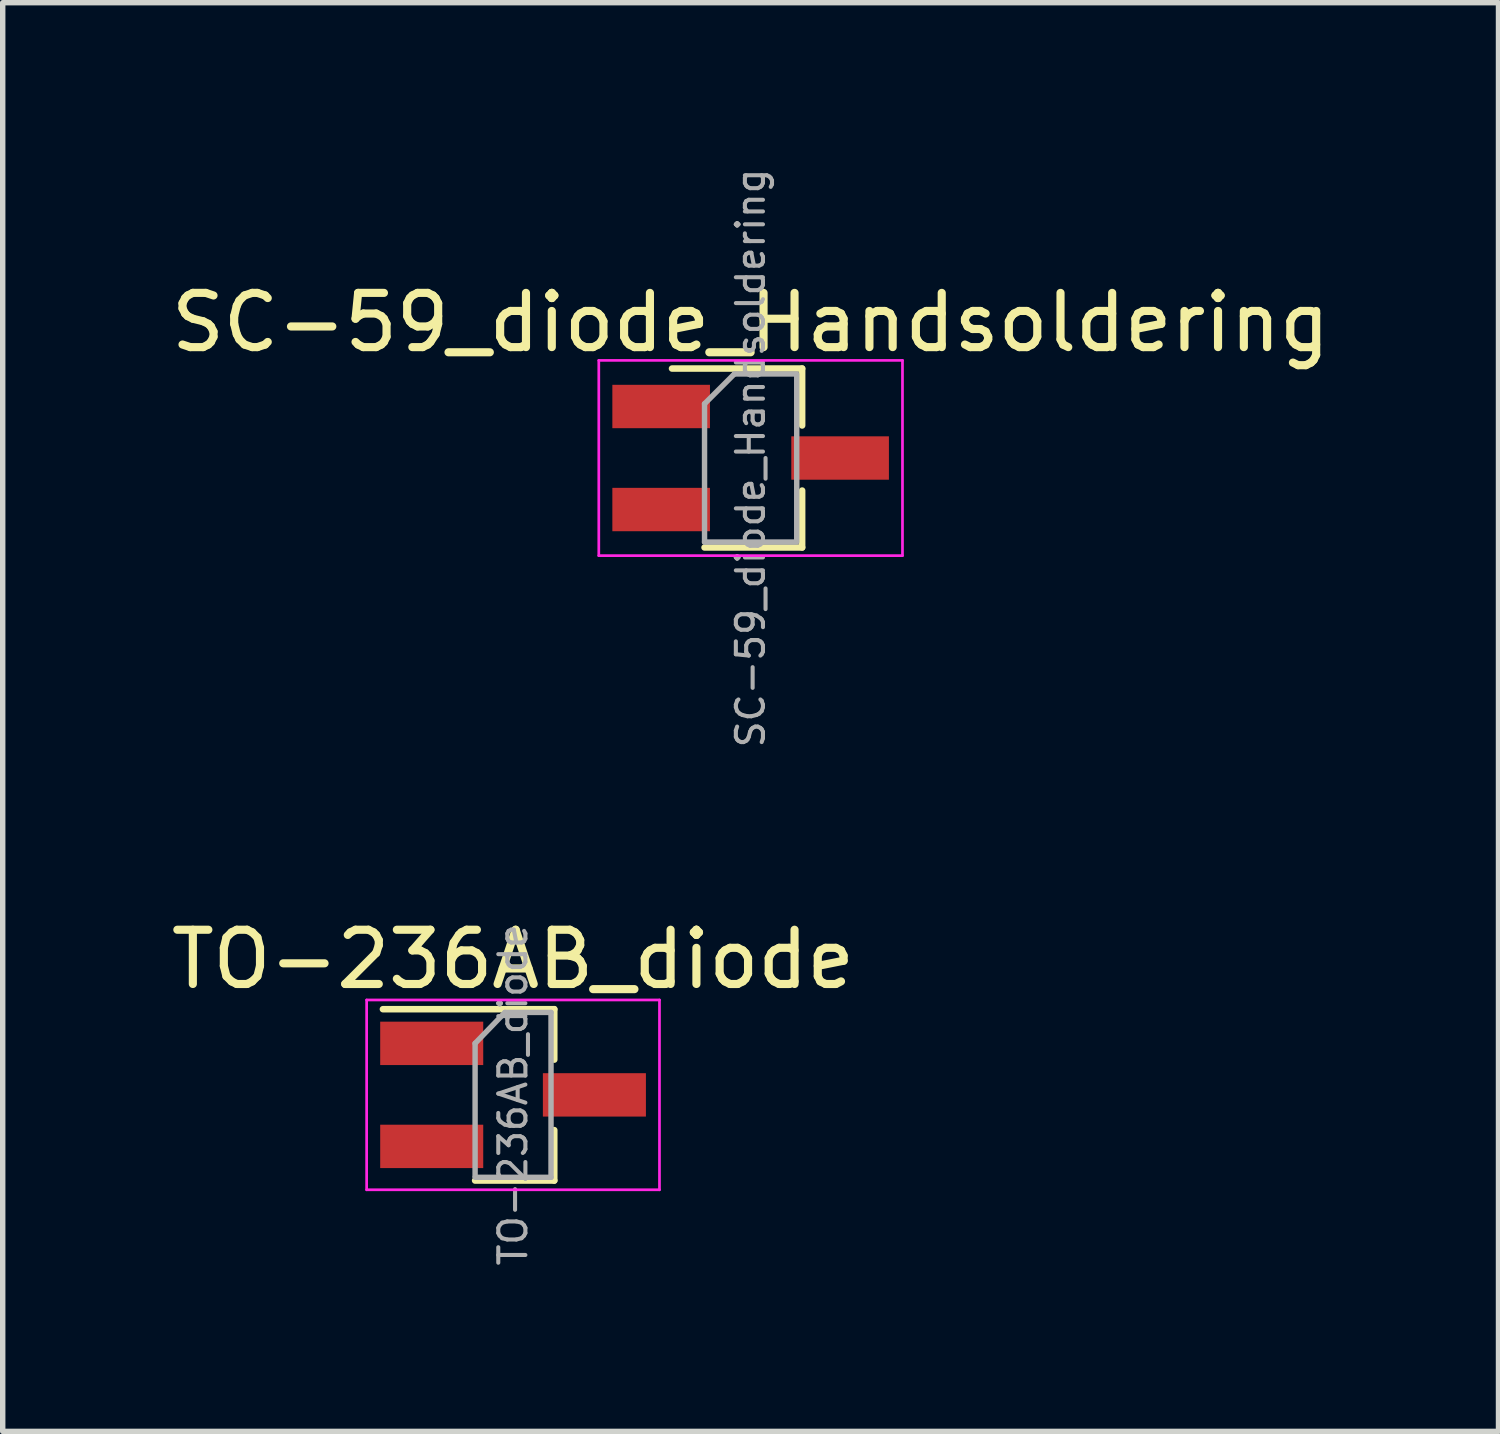
<source format=kicad_pcb>
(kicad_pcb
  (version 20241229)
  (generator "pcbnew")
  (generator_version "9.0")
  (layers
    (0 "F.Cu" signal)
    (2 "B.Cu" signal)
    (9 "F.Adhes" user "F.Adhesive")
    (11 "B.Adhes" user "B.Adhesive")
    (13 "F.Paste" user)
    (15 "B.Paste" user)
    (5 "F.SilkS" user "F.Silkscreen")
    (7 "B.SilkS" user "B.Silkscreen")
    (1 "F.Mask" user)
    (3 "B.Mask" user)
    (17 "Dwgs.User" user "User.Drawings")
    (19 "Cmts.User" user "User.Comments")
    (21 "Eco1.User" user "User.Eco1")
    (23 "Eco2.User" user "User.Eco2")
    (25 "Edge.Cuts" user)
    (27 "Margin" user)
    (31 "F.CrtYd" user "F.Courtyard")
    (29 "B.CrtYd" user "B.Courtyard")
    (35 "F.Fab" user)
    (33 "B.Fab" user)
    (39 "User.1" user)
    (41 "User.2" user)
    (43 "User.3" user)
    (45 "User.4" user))
  (footprint "TO-236AB_diode"
    (layer "F.Cu")
    (at 6.411 17.14)
    (property "Reference" "TO-236AB_diode" (at 0 -2.5 0) (layer "F.SilkS") (effects (font (size 1 1) (thickness 0.15))))
    (attr smd)
    (fp_line (start 0.76 -1.58) (end -2.4 -1.58) (stroke (width 0.12) (type solid)) (layer "F.SilkS"))
    (fp_line (start 0.76 -1.58) (end 0.76 -0.65) (stroke (width 0.12) (type solid)) (layer "F.SilkS"))
    (fp_line (start 0.76 1.58) (end -0.7 1.58) (stroke (width 0.12) (type solid)) (layer "F.SilkS"))
    (fp_line (start 0.76 1.58) (end 0.76 0.65) (stroke (width 0.12) (type solid)) (layer "F.SilkS"))
    (fp_line (start -2.7 -1.75) (end 2.7 -1.75) (stroke (width 0.05) (type solid)) (layer "F.CrtYd"))
    (fp_line (start -2.7 1.75) (end -2.7 -1.75) (stroke (width 0.05) (type solid)) (layer "F.CrtYd"))
    (fp_line (start 2.7 -1.75) (end 2.7 1.75) (stroke (width 0.05) (type solid)) (layer "F.CrtYd"))
    (fp_line (start 2.7 1.75) (end -2.7 1.75) (stroke (width 0.05) (type solid)) (layer "F.CrtYd"))
    (fp_line (start -0.7 -0.95) (end -0.7 1.5) (stroke (width 0.1) (type solid)) (layer "F.Fab"))
    (fp_line (start -0.7 -0.95) (end -0.15 -1.52) (stroke (width 0.1) (type solid)) (layer "F.Fab"))
    (fp_line (start -0.7 1.52) (end 0.7 1.52) (stroke (width 0.1) (type solid)) (layer "F.Fab"))
    (fp_line (start -0.15 -1.52) (end 0.7 -1.52) (stroke (width 0.1) (type solid)) (layer "F.Fab"))
    (fp_line (start 0.7 -1.52) (end 0.7 1.52) (stroke (width 0.1) (type solid)) (layer "F.Fab"))
    (fp_text user "${REFERENCE}" (at 0 0 90) (layer "F.Fab") (effects (font (size 0.5 0.5) (thickness 0.075))))
    (pad "1" smd rect (at 1.5 0) (size 1.9 0.8) (layers "F.Cu" "F.Mask" "F.Paste"))
    (pad "2" smd rect (at -1.5 -0.95) (size 1.9 0.8) (layers "F.Cu" "F.Mask" "F.Paste"))
    (pad "3" smd rect (at -1.5 0.95) (size 1.9 0.8) (layers "F.Cu" "F.Mask" "F.Paste")))
  (footprint "SC-59_diode_Handsoldering"
    (layer "F.Cu")
    (at 10.792 5.396)
    (property "Reference" "SC-59_diode_Handsoldering" (at 0 -2.5 0) (layer "F.SilkS") (effects (font (size 1 1) (thickness 0.15))))
    (attr smd)
    (fp_line (start -1.45 -1.65) (end 0.95 -1.65) (stroke (width 0.12) (type solid)) (layer "F.SilkS"))
    (fp_line (start -0.85 1.65) (end 0.95 1.65) (stroke (width 0.12) (type solid)) (layer "F.SilkS"))
    (fp_line (start 0.95 -1.65) (end 0.95 -0.6) (stroke (width 0.12) (type solid)) (layer "F.SilkS"))
    (fp_line (start 0.95 1.65) (end 0.95 0.6) (stroke (width 0.12) (type solid)) (layer "F.SilkS"))
    (fp_line (start -2.8 -1.8) (end -2.8 1.8) (stroke (width 0.05) (type solid)) (layer "F.CrtYd"))
    (fp_line (start -2.8 -1.8) (end 2.8 -1.8) (stroke (width 0.05) (type solid)) (layer "F.CrtYd"))
    (fp_line (start 2.8 1.8) (end -2.8 1.8) (stroke (width 0.05) (type solid)) (layer "F.CrtYd"))
    (fp_line (start 2.8 1.8) (end 2.8 -1.8) (stroke (width 0.05) (type solid)) (layer "F.CrtYd"))
    (fp_line (start -0.85 1.55) (end -0.85 -1) (stroke (width 0.1) (type solid)) (layer "F.Fab"))
    (fp_line (start -0.85 1.55) (end 0.85 1.55) (stroke (width 0.1) (type solid)) (layer "F.Fab"))
    (fp_line (start -0.3 -1.55) (end -0.85 -1) (stroke (width 0.1) (type solid)) (layer "F.Fab"))
    (fp_line (start -0.3 -1.55) (end 0.85 -1.55) (stroke (width 0.1) (type solid)) (layer "F.Fab"))
    (fp_line (start 0.85 -1.52) (end 0.85 1.52) (stroke (width 0.1) (type solid)) (layer "F.Fab"))
    (fp_text user "${REFERENCE}" (at 0 0 90) (layer "F.Fab") (effects (font (size 0.5 0.5) (thickness 0.075))))
    (pad "1" smd rect (at 1.65 0) (size 1.8 0.8) (layers "F.Cu" "F.Mask" "F.Paste"))
    (pad "2" smd rect (at -1.65 -0.95) (size 1.8 0.8) (layers "F.Cu" "F.Mask" "F.Paste"))
    (pad "3" smd rect (at -1.65 0.95) (size 1.8 0.8) (layers "F.Cu" "F.Mask" "F.Paste")))
  (gr_rect
    (start -3 -3)
    (end 24.583 23.345)
    (stroke (width 0.1) (type default))
    (fill no)
    (layer "Edge.Cuts")))
</source>
